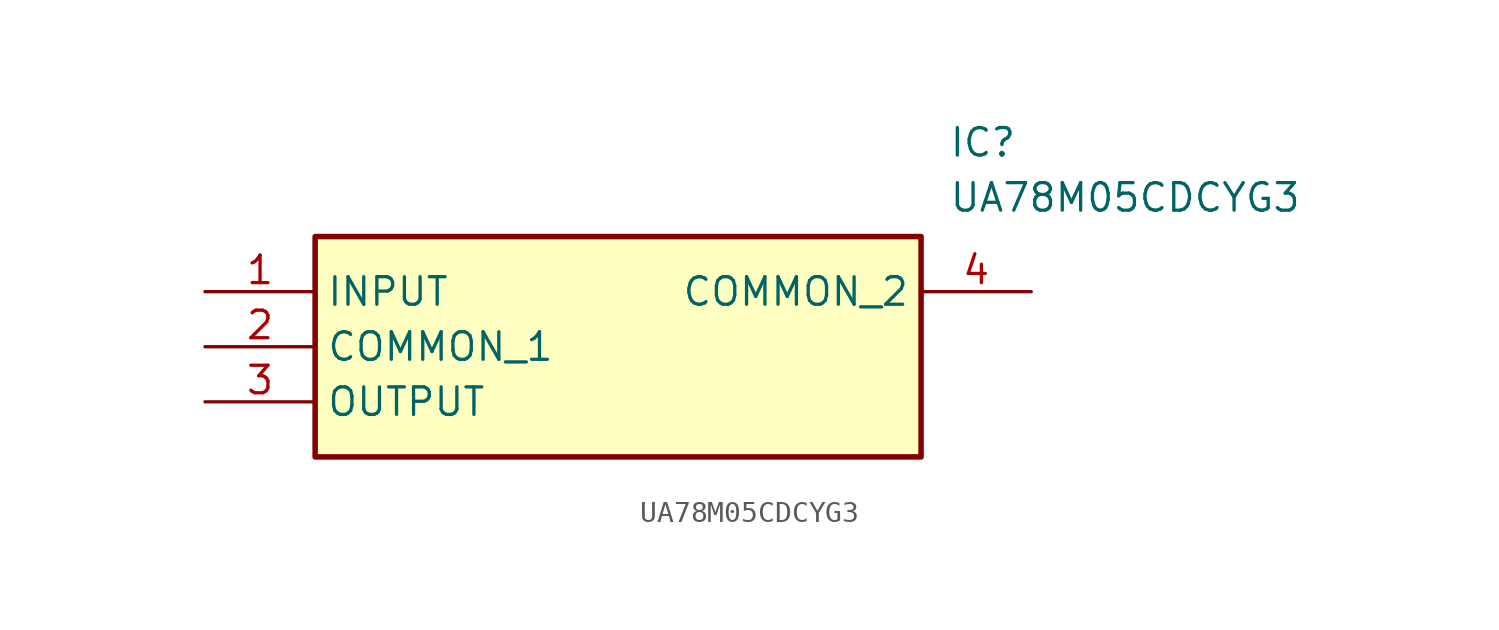
<source format=kicad_sym>
(kicad_symbol_lib
  (version 20211014)
  (generator SamacSys_ECAD_Model)
  (symbol "UA78M05CDCYG3"
    (property "Reference" "IC"
      (at 34.29 7.62 0)
      (effects (font (size 1.27 1.27)) (justify left top)))
    (property "Value" "UA78M05CDCYG3"
      (at 34.29 5.08 0)
      (effects (font (size 1.27 1.27)) (justify left top)))
    (rectangle
      (start 5.08 2.54)
      (end 33.02 -7.62)
      (stroke (width 0.254) (type default))
      (fill (type background)))
    (pin passive line
      (at 0 0 0)
      (length 5.08)
      (name "INPUT" (effects (font (size 1.27 1.27))))
      (number "1" (effects (font (size 1.27 1.27)))))
    (pin passive line
      (at 0 -2.54 0)
      (length 5.08)
      (name "COMMON_1" (effects (font (size 1.27 1.27))))
      (number "2" (effects (font (size 1.27 1.27)))))
    (pin passive line
      (at 0 -5.08 0)
      (length 5.08)
      (name "OUTPUT" (effects (font (size 1.27 1.27))))
      (number "3" (effects (font (size 1.27 1.27)))))
    (pin passive line
      (at 38.1 0 180)
      (length 5.08)
      (name "COMMON_2" (effects (font (size 1.27 1.27))))
      (number "4" (effects (font (size 1.27 1.27)))))))
</source>
